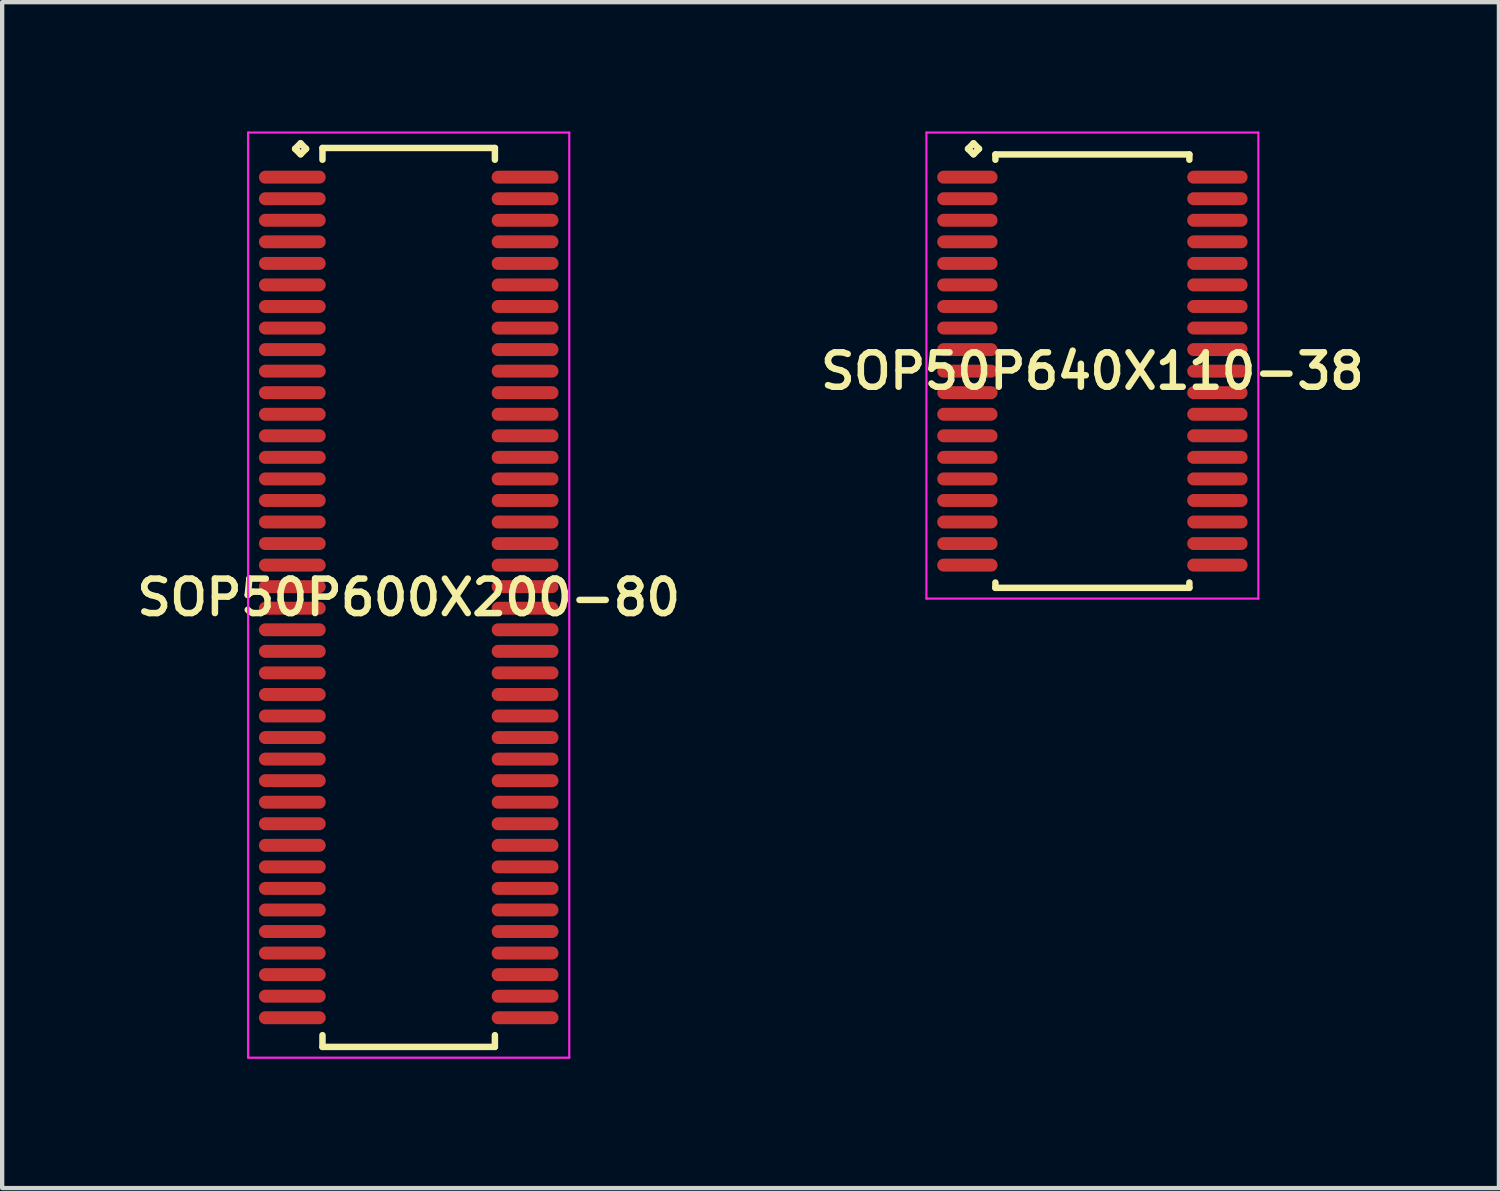
<source format=kicad_pcb>
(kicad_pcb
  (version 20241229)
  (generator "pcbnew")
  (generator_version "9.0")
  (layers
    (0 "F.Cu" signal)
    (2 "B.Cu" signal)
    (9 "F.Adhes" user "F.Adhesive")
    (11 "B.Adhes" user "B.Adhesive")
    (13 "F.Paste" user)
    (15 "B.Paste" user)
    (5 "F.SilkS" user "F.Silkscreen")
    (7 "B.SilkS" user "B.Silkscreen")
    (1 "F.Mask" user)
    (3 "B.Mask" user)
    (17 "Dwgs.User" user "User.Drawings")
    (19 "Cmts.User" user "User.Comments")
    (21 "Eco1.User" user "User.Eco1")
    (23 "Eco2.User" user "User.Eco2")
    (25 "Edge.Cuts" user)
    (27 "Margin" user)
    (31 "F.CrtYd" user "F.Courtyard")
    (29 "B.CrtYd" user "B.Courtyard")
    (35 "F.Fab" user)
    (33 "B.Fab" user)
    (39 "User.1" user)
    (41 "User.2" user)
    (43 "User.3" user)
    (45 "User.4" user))
  (footprint "SOP50P600X200-80"
    (layer "F.Cu")
    (at 6.431 10.81)
    (property "Reference" "SOP50P600X200-80" (at 0 0 0) (layer "F.SilkS") (effects (font (size 0.8 0.8) (thickness 0.15))))
    (attr smd)
    (fp_line (start -2.635 -10.408) (end -2.508 -10.535) (stroke (width 0.15) (type solid)) (layer "F.SilkS"))
    (fp_line (start -2.508 -10.535) (end -2.381 -10.408) (stroke (width 0.15) (type solid)) (layer "F.SilkS"))
    (fp_line (start -2.508 -10.281) (end -2.635 -10.408) (stroke (width 0.15) (type solid)) (layer "F.SilkS"))
    (fp_line (start -2.381 -10.408) (end -2.508 -10.281) (stroke (width 0.15) (type solid)) (layer "F.SilkS"))
    (fp_line (start -2 -10.427) (end 2 -10.427) (stroke (width 0.15) (type solid)) (layer "F.SilkS"))
    (fp_line (start -2 -10.154) (end -2 -10.427) (stroke (width 0.15) (type solid)) (layer "F.SilkS"))
    (fp_line (start -2 10.154) (end -2 10.427) (stroke (width 0.15) (type solid)) (layer "F.SilkS"))
    (fp_line (start -2 10.427) (end 2 10.427) (stroke (width 0.15) (type solid)) (layer "F.SilkS"))
    (fp_line (start 2 -10.427) (end 2 -10.154) (stroke (width 0.15) (type solid)) (layer "F.SilkS"))
    (fp_line (start 2 10.427) (end 2 10.154) (stroke (width 0.15) (type solid)) (layer "F.SilkS"))
    (fp_line (start -3.725 -10.785) (end 3.725 -10.785) (stroke (width 0.05) (type solid)) (layer "F.CrtYd"))
    (fp_line (start -3.725 10.677) (end -3.725 -10.785) (stroke (width 0.05) (type solid)) (layer "F.CrtYd"))
    (fp_line (start 3.725 -10.785) (end 3.725 10.677) (stroke (width 0.05) (type solid)) (layer "F.CrtYd"))
    (fp_line (start 3.725 10.677) (end -3.725 10.677) (stroke (width 0.05) (type solid)) (layer "F.CrtYd"))
    (pad "1" smd oval (at -2.7 -9.75) (size 1.55 0.3) (layers "F.Cu" "F.Mask" "F.Paste"))
    (pad "2" smd oval (at -2.7 -9.25) (size 1.55 0.3) (layers "F.Cu" "F.Mask" "F.Paste"))
    (pad "3" smd oval (at -2.7 -8.75) (size 1.55 0.3) (layers "F.Cu" "F.Mask" "F.Paste"))
    (pad "4" smd oval (at -2.7 -8.25) (size 1.55 0.3) (layers "F.Cu" "F.Mask" "F.Paste"))
    (pad "5" smd oval (at -2.7 -7.75) (size 1.55 0.3) (layers "F.Cu" "F.Mask" "F.Paste"))
    (pad "6" smd oval (at -2.7 -7.25) (size 1.55 0.3) (layers "F.Cu" "F.Mask" "F.Paste"))
    (pad "7" smd oval (at -2.7 -6.75) (size 1.55 0.3) (layers "F.Cu" "F.Mask" "F.Paste"))
    (pad "8" smd oval (at -2.7 -6.25) (size 1.55 0.3) (layers "F.Cu" "F.Mask" "F.Paste"))
    (pad "9" smd oval (at -2.7 -5.75) (size 1.55 0.3) (layers "F.Cu" "F.Mask" "F.Paste"))
    (pad "10" smd oval (at -2.7 -5.25) (size 1.55 0.3) (layers "F.Cu" "F.Mask" "F.Paste"))
    (pad "11" smd oval (at -2.7 -4.75) (size 1.55 0.3) (layers "F.Cu" "F.Mask" "F.Paste"))
    (pad "12" smd oval (at -2.7 -4.25) (size 1.55 0.3) (layers "F.Cu" "F.Mask" "F.Paste"))
    (pad "13" smd oval (at -2.7 -3.75) (size 1.55 0.3) (layers "F.Cu" "F.Mask" "F.Paste"))
    (pad "14" smd oval (at -2.7 -3.25) (size 1.55 0.3) (layers "F.Cu" "F.Mask" "F.Paste"))
    (pad "15" smd oval (at -2.7 -2.75) (size 1.55 0.3) (layers "F.Cu" "F.Mask" "F.Paste"))
    (pad "16" smd oval (at -2.7 -2.25) (size 1.55 0.3) (layers "F.Cu" "F.Mask" "F.Paste"))
    (pad "17" smd oval (at -2.7 -1.75) (size 1.55 0.3) (layers "F.Cu" "F.Mask" "F.Paste"))
    (pad "18" smd oval (at -2.7 -1.25) (size 1.55 0.3) (layers "F.Cu" "F.Mask" "F.Paste"))
    (pad "19" smd oval (at -2.7 -0.75) (size 1.55 0.3) (layers "F.Cu" "F.Mask" "F.Paste"))
    (pad "20" smd oval (at -2.7 -0.25) (size 1.55 0.3) (layers "F.Cu" "F.Mask" "F.Paste"))
    (pad "21" smd oval (at -2.7 0.25) (size 1.55 0.3) (layers "F.Cu" "F.Mask" "F.Paste"))
    (pad "22" smd oval (at -2.7 0.75) (size 1.55 0.3) (layers "F.Cu" "F.Mask" "F.Paste"))
    (pad "23" smd oval (at -2.7 1.25) (size 1.55 0.3) (layers "F.Cu" "F.Mask" "F.Paste"))
    (pad "24" smd oval (at -2.7 1.75) (size 1.55 0.3) (layers "F.Cu" "F.Mask" "F.Paste"))
    (pad "25" smd oval (at -2.7 2.25) (size 1.55 0.3) (layers "F.Cu" "F.Mask" "F.Paste"))
    (pad "26" smd oval (at -2.7 2.75) (size 1.55 0.3) (layers "F.Cu" "F.Mask" "F.Paste"))
    (pad "27" smd oval (at -2.7 3.25) (size 1.55 0.3) (layers "F.Cu" "F.Mask" "F.Paste"))
    (pad "28" smd oval (at -2.7 3.75) (size 1.55 0.3) (layers "F.Cu" "F.Mask" "F.Paste"))
    (pad "29" smd oval (at -2.7 4.25) (size 1.55 0.3) (layers "F.Cu" "F.Mask" "F.Paste"))
    (pad "30" smd oval (at -2.7 4.75) (size 1.55 0.3) (layers "F.Cu" "F.Mask" "F.Paste"))
    (pad "31" smd oval (at -2.7 5.25) (size 1.55 0.3) (layers "F.Cu" "F.Mask" "F.Paste"))
    (pad "32" smd oval (at -2.7 5.75) (size 1.55 0.3) (layers "F.Cu" "F.Mask" "F.Paste"))
    (pad "33" smd oval (at -2.7 6.25) (size 1.55 0.3) (layers "F.Cu" "F.Mask" "F.Paste"))
    (pad "34" smd oval (at -2.7 6.75) (size 1.55 0.3) (layers "F.Cu" "F.Mask" "F.Paste"))
    (pad "35" smd oval (at -2.7 7.25) (size 1.55 0.3) (layers "F.Cu" "F.Mask" "F.Paste"))
    (pad "36" smd oval (at -2.7 7.75) (size 1.55 0.3) (layers "F.Cu" "F.Mask" "F.Paste"))
    (pad "37" smd oval (at -2.7 8.25) (size 1.55 0.3) (layers "F.Cu" "F.Mask" "F.Paste"))
    (pad "38" smd oval (at -2.7 8.75) (size 1.55 0.3) (layers "F.Cu" "F.Mask" "F.Paste"))
    (pad "39" smd oval (at -2.7 9.25) (size 1.55 0.3) (layers "F.Cu" "F.Mask" "F.Paste"))
    (pad "40" smd oval (at -2.7 9.75) (size 1.55 0.3) (layers "F.Cu" "F.Mask" "F.Paste"))
    (pad "41" smd oval (at 2.7 9.75) (size 1.55 0.3) (layers "F.Cu" "F.Mask" "F.Paste"))
    (pad "42" smd oval (at 2.7 9.25) (size 1.55 0.3) (layers "F.Cu" "F.Mask" "F.Paste"))
    (pad "43" smd oval (at 2.7 8.75) (size 1.55 0.3) (layers "F.Cu" "F.Mask" "F.Paste"))
    (pad "44" smd oval (at 2.7 8.25) (size 1.55 0.3) (layers "F.Cu" "F.Mask" "F.Paste"))
    (pad "45" smd oval (at 2.7 7.75) (size 1.55 0.3) (layers "F.Cu" "F.Mask" "F.Paste"))
    (pad "46" smd oval (at 2.7 7.25) (size 1.55 0.3) (layers "F.Cu" "F.Mask" "F.Paste"))
    (pad "47" smd oval (at 2.7 6.75) (size 1.55 0.3) (layers "F.Cu" "F.Mask" "F.Paste"))
    (pad "48" smd oval (at 2.7 6.25) (size 1.55 0.3) (layers "F.Cu" "F.Mask" "F.Paste"))
    (pad "49" smd oval (at 2.7 5.75) (size 1.55 0.3) (layers "F.Cu" "F.Mask" "F.Paste"))
    (pad "50" smd oval (at 2.7 5.25) (size 1.55 0.3) (layers "F.Cu" "F.Mask" "F.Paste"))
    (pad "51" smd oval (at 2.7 4.75) (size 1.55 0.3) (layers "F.Cu" "F.Mask" "F.Paste"))
    (pad "52" smd oval (at 2.7 4.25) (size 1.55 0.3) (layers "F.Cu" "F.Mask" "F.Paste"))
    (pad "53" smd oval (at 2.7 3.75) (size 1.55 0.3) (layers "F.Cu" "F.Mask" "F.Paste"))
    (pad "54" smd oval (at 2.7 3.25) (size 1.55 0.3) (layers "F.Cu" "F.Mask" "F.Paste"))
    (pad "55" smd oval (at 2.7 2.75) (size 1.55 0.3) (layers "F.Cu" "F.Mask" "F.Paste"))
    (pad "56" smd oval (at 2.7 2.25) (size 1.55 0.3) (layers "F.Cu" "F.Mask" "F.Paste"))
    (pad "57" smd oval (at 2.7 1.75) (size 1.55 0.3) (layers "F.Cu" "F.Mask" "F.Paste"))
    (pad "58" smd oval (at 2.7 1.25) (size 1.55 0.3) (layers "F.Cu" "F.Mask" "F.Paste"))
    (pad "59" smd oval (at 2.7 0.75) (size 1.55 0.3) (layers "F.Cu" "F.Mask" "F.Paste"))
    (pad "60" smd oval (at 2.7 0.25) (size 1.55 0.3) (layers "F.Cu" "F.Mask" "F.Paste"))
    (pad "61" smd oval (at 2.7 -0.25) (size 1.55 0.3) (layers "F.Cu" "F.Mask" "F.Paste"))
    (pad "62" smd oval (at 2.7 -0.75) (size 1.55 0.3) (layers "F.Cu" "F.Mask" "F.Paste"))
    (pad "63" smd oval (at 2.7 -1.25) (size 1.55 0.3) (layers "F.Cu" "F.Mask" "F.Paste"))
    (pad "64" smd oval (at 2.7 -1.75) (size 1.55 0.3) (layers "F.Cu" "F.Mask" "F.Paste"))
    (pad "65" smd oval (at 2.7 -2.25) (size 1.55 0.3) (layers "F.Cu" "F.Mask" "F.Paste"))
    (pad "66" smd oval (at 2.7 -2.75) (size 1.55 0.3) (layers "F.Cu" "F.Mask" "F.Paste"))
    (pad "67" smd oval (at 2.7 -3.25) (size 1.55 0.3) (layers "F.Cu" "F.Mask" "F.Paste"))
    (pad "68" smd oval (at 2.7 -3.75) (size 1.55 0.3) (layers "F.Cu" "F.Mask" "F.Paste"))
    (pad "69" smd oval (at 2.7 -4.25) (size 1.55 0.3) (layers "F.Cu" "F.Mask" "F.Paste"))
    (pad "70" smd oval (at 2.7 -4.75) (size 1.55 0.3) (layers "F.Cu" "F.Mask" "F.Paste"))
    (pad "71" smd oval (at 2.7 -5.25) (size 1.55 0.3) (layers "F.Cu" "F.Mask" "F.Paste"))
    (pad "72" smd oval (at 2.7 -5.75) (size 1.55 0.3) (layers "F.Cu" "F.Mask" "F.Paste"))
    (pad "73" smd oval (at 2.7 -6.25) (size 1.55 0.3) (layers "F.Cu" "F.Mask" "F.Paste"))
    (pad "74" smd oval (at 2.7 -6.75) (size 1.55 0.3) (layers "F.Cu" "F.Mask" "F.Paste"))
    (pad "75" smd oval (at 2.7 -7.25) (size 1.55 0.3) (layers "F.Cu" "F.Mask" "F.Paste"))
    (pad "76" smd oval (at 2.7 -7.75) (size 1.55 0.3) (layers "F.Cu" "F.Mask" "F.Paste"))
    (pad "77" smd oval (at 2.7 -8.25) (size 1.55 0.3) (layers "F.Cu" "F.Mask" "F.Paste"))
    (pad "78" smd oval (at 2.7 -8.75) (size 1.55 0.3) (layers "F.Cu" "F.Mask" "F.Paste"))
    (pad "79" smd oval (at 2.7 -9.25) (size 1.55 0.3) (layers "F.Cu" "F.Mask" "F.Paste"))
    (pad "80" smd oval (at 2.7 -9.75) (size 1.55 0.3) (layers "F.Cu" "F.Mask" "F.Paste")))
  (footprint "SOP50P640X110-38"
    (layer "F.Cu")
    (at 22.292 5.56)
    (property "Reference" "SOP50P640X110-38" (at 0 0 0) (layer "F.SilkS") (effects (font (size 0.8 0.8) (thickness 0.15))))
    (attr smd)
    (fp_line (start -2.885 -5.158) (end -2.758 -5.285) (stroke (width 0.15) (type solid)) (layer "F.SilkS"))
    (fp_line (start -2.758 -5.285) (end -2.631 -5.158) (stroke (width 0.15) (type solid)) (layer "F.SilkS"))
    (fp_line (start -2.758 -5.031) (end -2.885 -5.158) (stroke (width 0.15) (type solid)) (layer "F.SilkS"))
    (fp_line (start -2.631 -5.158) (end -2.758 -5.031) (stroke (width 0.15) (type solid)) (layer "F.SilkS"))
    (fp_line (start -2.25 -5.027) (end 2.25 -5.027) (stroke (width 0.15) (type solid)) (layer "F.SilkS"))
    (fp_line (start -2.25 -4.904) (end -2.25 -5.027) (stroke (width 0.15) (type solid)) (layer "F.SilkS"))
    (fp_line (start -2.25 4.904) (end -2.25 5.027) (stroke (width 0.15) (type solid)) (layer "F.SilkS"))
    (fp_line (start -2.25 5.027) (end 2.25 5.027) (stroke (width 0.15) (type solid)) (layer "F.SilkS"))
    (fp_line (start 2.25 -5.027) (end 2.25 -4.904) (stroke (width 0.15) (type solid)) (layer "F.SilkS"))
    (fp_line (start 2.25 5.027) (end 2.25 4.904) (stroke (width 0.15) (type solid)) (layer "F.SilkS"))
    (fp_line (start -3.85 -5.535) (end 3.85 -5.535) (stroke (width 0.05) (type solid)) (layer "F.CrtYd"))
    (fp_line (start -3.85 5.277) (end -3.85 -5.535) (stroke (width 0.05) (type solid)) (layer "F.CrtYd"))
    (fp_line (start 3.85 -5.535) (end 3.85 5.277) (stroke (width 0.05) (type solid)) (layer "F.CrtYd"))
    (fp_line (start 3.85 5.277) (end -3.85 5.277) (stroke (width 0.05) (type solid)) (layer "F.CrtYd"))
    (pad "1" smd oval (at -2.9 -4.5) (size 1.4 0.3) (layers "F.Cu" "F.Mask" "F.Paste"))
    (pad "2" smd oval (at -2.9 -4) (size 1.4 0.3) (layers "F.Cu" "F.Mask" "F.Paste"))
    (pad "3" smd oval (at -2.9 -3.5) (size 1.4 0.3) (layers "F.Cu" "F.Mask" "F.Paste"))
    (pad "4" smd oval (at -2.9 -3) (size 1.4 0.3) (layers "F.Cu" "F.Mask" "F.Paste"))
    (pad "5" smd oval (at -2.9 -2.5) (size 1.4 0.3) (layers "F.Cu" "F.Mask" "F.Paste"))
    (pad "6" smd oval (at -2.9 -2) (size 1.4 0.3) (layers "F.Cu" "F.Mask" "F.Paste"))
    (pad "7" smd oval (at -2.9 -1.5) (size 1.4 0.3) (layers "F.Cu" "F.Mask" "F.Paste"))
    (pad "8" smd oval (at -2.9 -1) (size 1.4 0.3) (layers "F.Cu" "F.Mask" "F.Paste"))
    (pad "9" smd oval (at -2.9 -0.5) (size 1.4 0.3) (layers "F.Cu" "F.Mask" "F.Paste"))
    (pad "10" smd oval (at -2.9 0) (size 1.4 0.3) (layers "F.Cu" "F.Mask" "F.Paste"))
    (pad "11" smd oval (at -2.9 0.5) (size 1.4 0.3) (layers "F.Cu" "F.Mask" "F.Paste"))
    (pad "12" smd oval (at -2.9 1) (size 1.4 0.3) (layers "F.Cu" "F.Mask" "F.Paste"))
    (pad "13" smd oval (at -2.9 1.5) (size 1.4 0.3) (layers "F.Cu" "F.Mask" "F.Paste"))
    (pad "14" smd oval (at -2.9 2) (size 1.4 0.3) (layers "F.Cu" "F.Mask" "F.Paste"))
    (pad "15" smd oval (at -2.9 2.5) (size 1.4 0.3) (layers "F.Cu" "F.Mask" "F.Paste"))
    (pad "16" smd oval (at -2.9 3) (size 1.4 0.3) (layers "F.Cu" "F.Mask" "F.Paste"))
    (pad "17" smd oval (at -2.9 3.5) (size 1.4 0.3) (layers "F.Cu" "F.Mask" "F.Paste"))
    (pad "18" smd oval (at -2.9 4) (size 1.4 0.3) (layers "F.Cu" "F.Mask" "F.Paste"))
    (pad "19" smd oval (at -2.9 4.5) (size 1.4 0.3) (layers "F.Cu" "F.Mask" "F.Paste"))
    (pad "20" smd oval (at 2.9 4.5) (size 1.4 0.3) (layers "F.Cu" "F.Mask" "F.Paste"))
    (pad "21" smd oval (at 2.9 4) (size 1.4 0.3) (layers "F.Cu" "F.Mask" "F.Paste"))
    (pad "22" smd oval (at 2.9 3.5) (size 1.4 0.3) (layers "F.Cu" "F.Mask" "F.Paste"))
    (pad "23" smd oval (at 2.9 3) (size 1.4 0.3) (layers "F.Cu" "F.Mask" "F.Paste"))
    (pad "24" smd oval (at 2.9 2.5) (size 1.4 0.3) (layers "F.Cu" "F.Mask" "F.Paste"))
    (pad "25" smd oval (at 2.9 2) (size 1.4 0.3) (layers "F.Cu" "F.Mask" "F.Paste"))
    (pad "26" smd oval (at 2.9 1.5) (size 1.4 0.3) (layers "F.Cu" "F.Mask" "F.Paste"))
    (pad "27" smd oval (at 2.9 1) (size 1.4 0.3) (layers "F.Cu" "F.Mask" "F.Paste"))
    (pad "28" smd oval (at 2.9 0.5) (size 1.4 0.3) (layers "F.Cu" "F.Mask" "F.Paste"))
    (pad "29" smd oval (at 2.9 0) (size 1.4 0.3) (layers "F.Cu" "F.Mask" "F.Paste"))
    (pad "30" smd oval (at 2.9 -0.5) (size 1.4 0.3) (layers "F.Cu" "F.Mask" "F.Paste"))
    (pad "31" smd oval (at 2.9 -1) (size 1.4 0.3) (layers "F.Cu" "F.Mask" "F.Paste"))
    (pad "32" smd oval (at 2.9 -1.5) (size 1.4 0.3) (layers "F.Cu" "F.Mask" "F.Paste"))
    (pad "33" smd oval (at 2.9 -2) (size 1.4 0.3) (layers "F.Cu" "F.Mask" "F.Paste"))
    (pad "34" smd oval (at 2.9 -2.5) (size 1.4 0.3) (layers "F.Cu" "F.Mask" "F.Paste"))
    (pad "35" smd oval (at 2.9 -3) (size 1.4 0.3) (layers "F.Cu" "F.Mask" "F.Paste"))
    (pad "36" smd oval (at 2.9 -3.5) (size 1.4 0.3) (layers "F.Cu" "F.Mask" "F.Paste"))
    (pad "37" smd oval (at 2.9 -4) (size 1.4 0.3) (layers "F.Cu" "F.Mask" "F.Paste"))
    (pad "38" smd oval (at 2.9 -4.5) (size 1.4 0.3) (layers "F.Cu" "F.Mask" "F.Paste")))
  (gr_rect
    (start -3 -3)
    (end 31.723 24.512)
    (stroke (width 0.1) (type default))
    (fill no)
    (layer "Edge.Cuts")))
</source>
